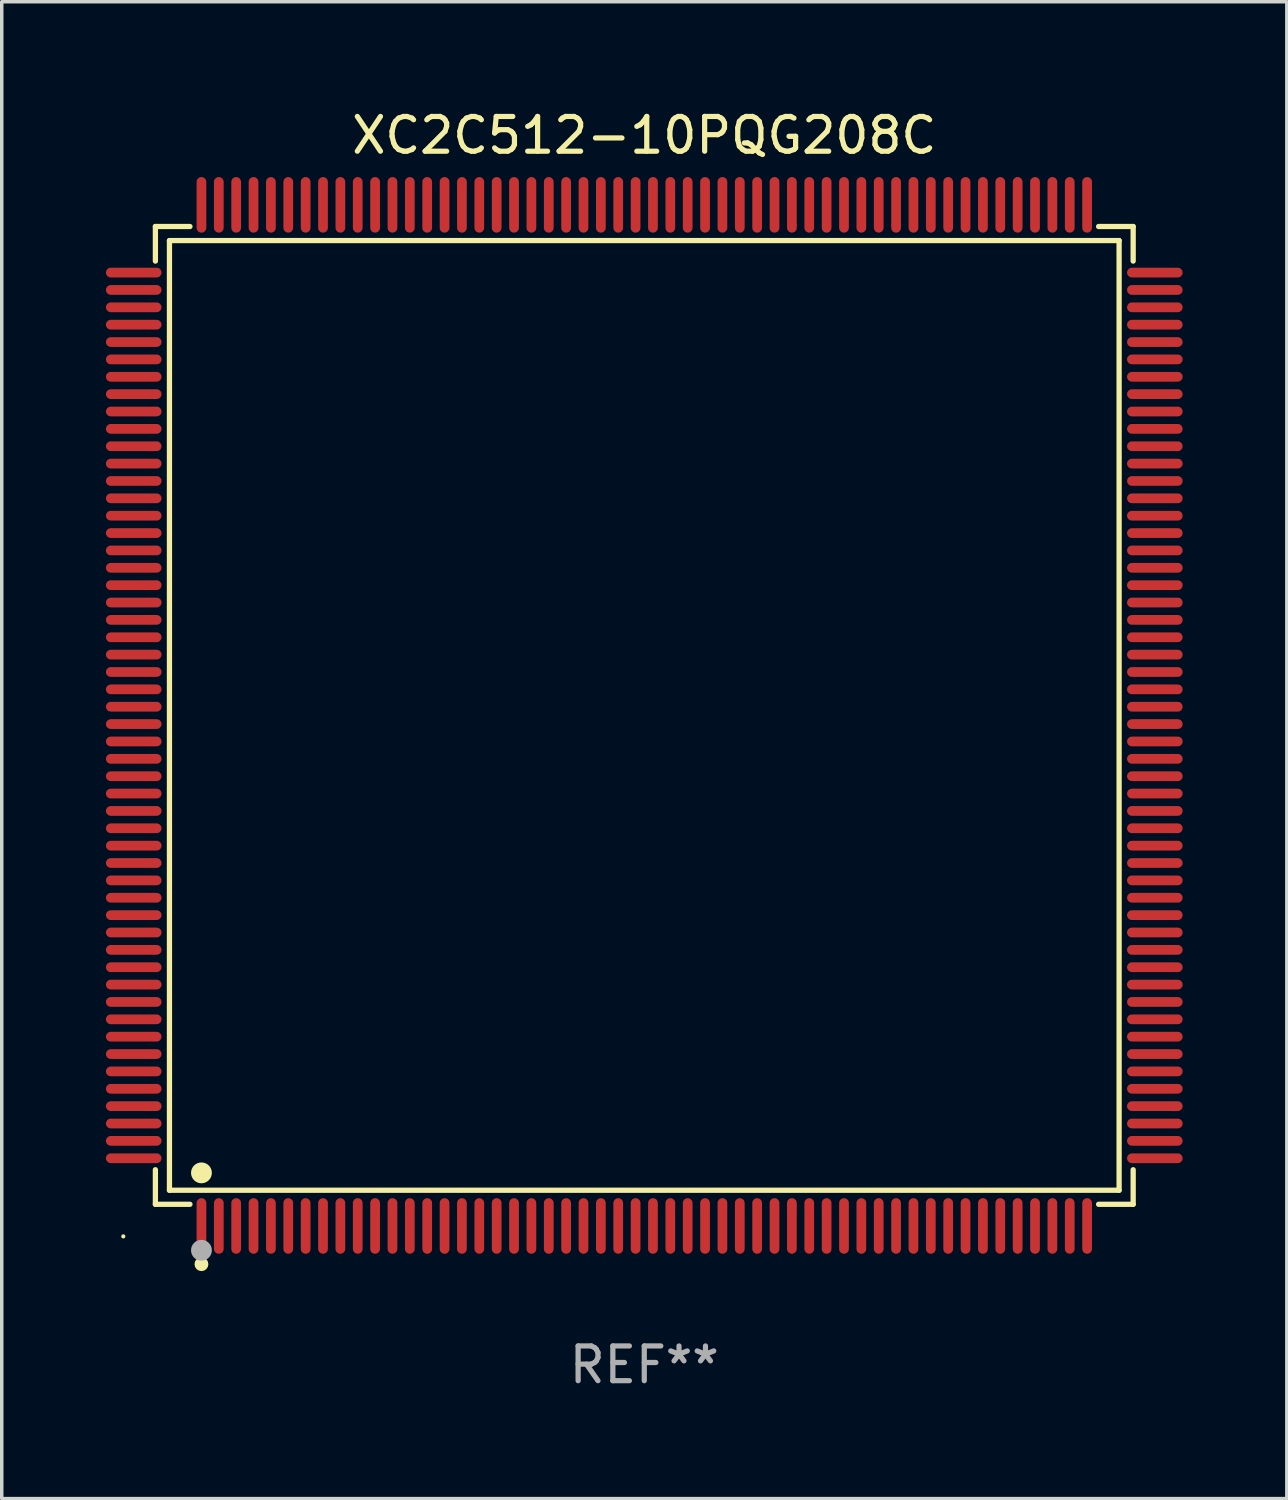
<source format=kicad_pcb>
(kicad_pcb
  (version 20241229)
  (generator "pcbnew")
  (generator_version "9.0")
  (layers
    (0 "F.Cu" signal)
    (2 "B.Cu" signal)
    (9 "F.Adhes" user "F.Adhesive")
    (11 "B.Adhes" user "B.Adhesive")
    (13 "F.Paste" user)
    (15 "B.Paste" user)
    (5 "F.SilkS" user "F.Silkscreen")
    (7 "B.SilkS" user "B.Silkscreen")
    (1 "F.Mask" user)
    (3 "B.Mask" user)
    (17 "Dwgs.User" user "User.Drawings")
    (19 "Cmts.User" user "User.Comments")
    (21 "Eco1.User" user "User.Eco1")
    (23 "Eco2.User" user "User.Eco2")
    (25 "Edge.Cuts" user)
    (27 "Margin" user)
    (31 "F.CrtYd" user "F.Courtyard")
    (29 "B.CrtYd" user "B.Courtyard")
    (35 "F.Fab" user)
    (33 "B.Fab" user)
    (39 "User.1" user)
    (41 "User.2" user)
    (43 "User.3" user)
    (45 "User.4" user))
  (footprint "XC2C512-10PQG208C"
    (layer "F.Cu")
    (at 15.5 17.548)
    (property "Reference" "XC2C512-10PQG208C" (at 0 -16.7 0) (layer "F.SilkS") (effects (font (size 1 1) (thickness 0.15))))
    (attr through_hole)
    (fp_line (start -14.076 -14.076) (end -13.081 -14.076) (stroke (width 0.152) (type solid)) (layer "F.SilkS"))
    (fp_line (start -14.076 -13.081) (end -14.076 -14.076) (stroke (width 0.152) (type solid)) (layer "F.SilkS"))
    (fp_line (start -14.076 13.081) (end -14.076 14.076) (stroke (width 0.152) (type solid)) (layer "F.SilkS"))
    (fp_line (start -14.076 14.076) (end -13.081 14.076) (stroke (width 0.152) (type solid)) (layer "F.SilkS"))
    (fp_line (start -13.671 -13.671) (end 13.671 -13.671) (stroke (width 0.152) (type solid)) (layer "F.SilkS"))
    (fp_line (start -13.671 13.671) (end -13.671 -13.671) (stroke (width 0.152) (type solid)) (layer "F.SilkS"))
    (fp_line (start 13.671 -13.671) (end 13.671 13.671) (stroke (width 0.152) (type solid)) (layer "F.SilkS"))
    (fp_line (start 13.671 13.671) (end -13.671 13.671) (stroke (width 0.152) (type solid)) (layer "F.SilkS"))
    (fp_line (start 14.076 -14.076) (end 13.081 -14.076) (stroke (width 0.152) (type solid)) (layer "F.SilkS"))
    (fp_line (start 14.076 -13.081) (end 14.076 -14.076) (stroke (width 0.152) (type solid)) (layer "F.SilkS"))
    (fp_line (start 14.076 13.081) (end 14.076 14.076) (stroke (width 0.152) (type solid)) (layer "F.SilkS"))
    (fp_line (start 14.076 14.076) (end 13.081 14.076) (stroke (width 0.152) (type solid)) (layer "F.SilkS"))
    (fp_circle (center -15 15) (end -14.97 15) (stroke (width 0.06) (type solid)) (fill no) (layer "F.SilkS"))
    (fp_circle (center -12.75 13.171) (end -12.6 13.171) (stroke (width 0.3) (type solid)) (fill no) (layer "F.SilkS"))
    (fp_circle (center -12.75 15.8) (end -12.65 15.8) (stroke (width 0.2) (type solid)) (fill no) (layer "F.SilkS"))
    (fp_circle (center -12.75 15.4) (end -12.6 15.4) (stroke (width 0.3) (type solid)) (fill no) (layer "F.Fab"))
    (fp_text user "REF**" (at 0 18.7 0) (layer "F.Fab") (effects (font (size 1 1) (thickness 0.15))))
    (pad "1" smd oval (at -12.75 14.7) (size 0.28 1.6) (layers "F.Cu" "F.Mask" "F.Paste"))
    (pad "2" smd oval (at -12.25 14.7) (size 0.28 1.6) (layers "F.Cu" "F.Mask" "F.Paste"))
    (pad "3" smd oval (at -11.75 14.7) (size 0.28 1.6) (layers "F.Cu" "F.Mask" "F.Paste"))
    (pad "4" smd oval (at -11.25 14.7) (size 0.28 1.6) (layers "F.Cu" "F.Mask" "F.Paste"))
    (pad "5" smd oval (at -10.75 14.7) (size 0.28 1.6) (layers "F.Cu" "F.Mask" "F.Paste"))
    (pad "6" smd oval (at -10.25 14.7) (size 0.28 1.6) (layers "F.Cu" "F.Mask" "F.Paste"))
    (pad "7" smd oval (at -9.75 14.7) (size 0.28 1.6) (layers "F.Cu" "F.Mask" "F.Paste"))
    (pad "8" smd oval (at -9.25 14.7) (size 0.28 1.6) (layers "F.Cu" "F.Mask" "F.Paste"))
    (pad "9" smd oval (at -8.75 14.7) (size 0.28 1.6) (layers "F.Cu" "F.Mask" "F.Paste"))
    (pad "10" smd oval (at -8.25 14.7) (size 0.28 1.6) (layers "F.Cu" "F.Mask" "F.Paste"))
    (pad "11" smd oval (at -7.75 14.7) (size 0.28 1.6) (layers "F.Cu" "F.Mask" "F.Paste"))
    (pad "12" smd oval (at -7.25 14.7) (size 0.28 1.6) (layers "F.Cu" "F.Mask" "F.Paste"))
    (pad "13" smd oval (at -6.75 14.7) (size 0.28 1.6) (layers "F.Cu" "F.Mask" "F.Paste"))
    (pad "14" smd oval (at -6.25 14.7) (size 0.28 1.6) (layers "F.Cu" "F.Mask" "F.Paste"))
    (pad "15" smd oval (at -5.75 14.7) (size 0.28 1.6) (layers "F.Cu" "F.Mask" "F.Paste"))
    (pad "16" smd oval (at -5.25 14.7) (size 0.28 1.6) (layers "F.Cu" "F.Mask" "F.Paste"))
    (pad "17" smd oval (at -4.75 14.7) (size 0.28 1.6) (layers "F.Cu" "F.Mask" "F.Paste"))
    (pad "18" smd oval (at -4.25 14.7) (size 0.28 1.6) (layers "F.Cu" "F.Mask" "F.Paste"))
    (pad "19" smd oval (at -3.75 14.7) (size 0.28 1.6) (layers "F.Cu" "F.Mask" "F.Paste"))
    (pad "20" smd oval (at -3.25 14.7) (size 0.28 1.6) (layers "F.Cu" "F.Mask" "F.Paste"))
    (pad "21" smd oval (at -2.75 14.7) (size 0.28 1.6) (layers "F.Cu" "F.Mask" "F.Paste"))
    (pad "22" smd oval (at -2.25 14.7) (size 0.28 1.6) (layers "F.Cu" "F.Mask" "F.Paste"))
    (pad "23" smd oval (at -1.75 14.7) (size 0.28 1.6) (layers "F.Cu" "F.Mask" "F.Paste"))
    (pad "24" smd oval (at -1.25 14.7) (size 0.28 1.6) (layers "F.Cu" "F.Mask" "F.Paste"))
    (pad "25" smd oval (at -0.75 14.7) (size 0.28 1.6) (layers "F.Cu" "F.Mask" "F.Paste"))
    (pad "26" smd oval (at -0.25 14.7) (size 0.28 1.6) (layers "F.Cu" "F.Mask" "F.Paste"))
    (pad "27" smd oval (at 0.25 14.7) (size 0.28 1.6) (layers "F.Cu" "F.Mask" "F.Paste"))
    (pad "28" smd oval (at 0.75 14.7) (size 0.28 1.6) (layers "F.Cu" "F.Mask" "F.Paste"))
    (pad "29" smd oval (at 1.25 14.7) (size 0.28 1.6) (layers "F.Cu" "F.Mask" "F.Paste"))
    (pad "30" smd oval (at 1.75 14.7) (size 0.28 1.6) (layers "F.Cu" "F.Mask" "F.Paste"))
    (pad "31" smd oval (at 2.25 14.7) (size 0.28 1.6) (layers "F.Cu" "F.Mask" "F.Paste"))
    (pad "32" smd oval (at 2.75 14.7) (size 0.28 1.6) (layers "F.Cu" "F.Mask" "F.Paste"))
    (pad "33" smd oval (at 3.25 14.7) (size 0.28 1.6) (layers "F.Cu" "F.Mask" "F.Paste"))
    (pad "34" smd oval (at 3.75 14.7) (size 0.28 1.6) (layers "F.Cu" "F.Mask" "F.Paste"))
    (pad "35" smd oval (at 4.25 14.7) (size 0.28 1.6) (layers "F.Cu" "F.Mask" "F.Paste"))
    (pad "36" smd oval (at 4.75 14.7) (size 0.28 1.6) (layers "F.Cu" "F.Mask" "F.Paste"))
    (pad "37" smd oval (at 5.25 14.7) (size 0.28 1.6) (layers "F.Cu" "F.Mask" "F.Paste"))
    (pad "38" smd oval (at 5.75 14.7) (size 0.28 1.6) (layers "F.Cu" "F.Mask" "F.Paste"))
    (pad "39" smd oval (at 6.25 14.7) (size 0.28 1.6) (layers "F.Cu" "F.Mask" "F.Paste"))
    (pad "40" smd oval (at 6.75 14.7) (size 0.28 1.6) (layers "F.Cu" "F.Mask" "F.Paste"))
    (pad "41" smd oval (at 7.25 14.7) (size 0.28 1.6) (layers "F.Cu" "F.Mask" "F.Paste"))
    (pad "42" smd oval (at 7.75 14.7) (size 0.28 1.6) (layers "F.Cu" "F.Mask" "F.Paste"))
    (pad "43" smd oval (at 8.25 14.7) (size 0.28 1.6) (layers "F.Cu" "F.Mask" "F.Paste"))
    (pad "44" smd oval (at 8.75 14.7) (size 0.28 1.6) (layers "F.Cu" "F.Mask" "F.Paste"))
    (pad "45" smd oval (at 9.25 14.7) (size 0.28 1.6) (layers "F.Cu" "F.Mask" "F.Paste"))
    (pad "46" smd oval (at 9.75 14.7) (size 0.28 1.6) (layers "F.Cu" "F.Mask" "F.Paste"))
    (pad "47" smd oval (at 10.25 14.7) (size 0.28 1.6) (layers "F.Cu" "F.Mask" "F.Paste"))
    (pad "48" smd oval (at 10.75 14.7) (size 0.28 1.6) (layers "F.Cu" "F.Mask" "F.Paste"))
    (pad "49" smd oval (at 11.25 14.7) (size 0.28 1.6) (layers "F.Cu" "F.Mask" "F.Paste"))
    (pad "50" smd oval (at 11.75 14.7) (size 0.28 1.6) (layers "F.Cu" "F.Mask" "F.Paste"))
    (pad "51" smd oval (at 12.25 14.7) (size 0.28 1.6) (layers "F.Cu" "F.Mask" "F.Paste"))
    (pad "52" smd oval (at 12.75 14.7) (size 0.28 1.6) (layers "F.Cu" "F.Mask" "F.Paste"))
    (pad "53" smd oval (at 14.7 12.75) (size 1.6 0.28) (layers "F.Cu" "F.Mask" "F.Paste"))
    (pad "54" smd oval (at 14.7 12.25) (size 1.6 0.28) (layers "F.Cu" "F.Mask" "F.Paste"))
    (pad "55" smd oval (at 14.7 11.75) (size 1.6 0.28) (layers "F.Cu" "F.Mask" "F.Paste"))
    (pad "56" smd oval (at 14.7 11.25) (size 1.6 0.28) (layers "F.Cu" "F.Mask" "F.Paste"))
    (pad "57" smd oval (at 14.7 10.75) (size 1.6 0.28) (layers "F.Cu" "F.Mask" "F.Paste"))
    (pad "58" smd oval (at 14.7 10.25) (size 1.6 0.28) (layers "F.Cu" "F.Mask" "F.Paste"))
    (pad "59" smd oval (at 14.7 9.75) (size 1.6 0.28) (layers "F.Cu" "F.Mask" "F.Paste"))
    (pad "60" smd oval (at 14.7 9.25) (size 1.6 0.28) (layers "F.Cu" "F.Mask" "F.Paste"))
    (pad "61" smd oval (at 14.7 8.75) (size 1.6 0.28) (layers "F.Cu" "F.Mask" "F.Paste"))
    (pad "62" smd oval (at 14.7 8.25) (size 1.6 0.28) (layers "F.Cu" "F.Mask" "F.Paste"))
    (pad "63" smd oval (at 14.7 7.75) (size 1.6 0.28) (layers "F.Cu" "F.Mask" "F.Paste"))
    (pad "64" smd oval (at 14.7 7.25) (size 1.6 0.28) (layers "F.Cu" "F.Mask" "F.Paste"))
    (pad "65" smd oval (at 14.7 6.75) (size 1.6 0.28) (layers "F.Cu" "F.Mask" "F.Paste"))
    (pad "66" smd oval (at 14.7 6.25) (size 1.6 0.28) (layers "F.Cu" "F.Mask" "F.Paste"))
    (pad "67" smd oval (at 14.7 5.75) (size 1.6 0.28) (layers "F.Cu" "F.Mask" "F.Paste"))
    (pad "68" smd oval (at 14.7 5.25) (size 1.6 0.28) (layers "F.Cu" "F.Mask" "F.Paste"))
    (pad "69" smd oval (at 14.7 4.75) (size 1.6 0.28) (layers "F.Cu" "F.Mask" "F.Paste"))
    (pad "70" smd oval (at 14.7 4.25) (size 1.6 0.28) (layers "F.Cu" "F.Mask" "F.Paste"))
    (pad "71" smd oval (at 14.7 3.75) (size 1.6 0.28) (layers "F.Cu" "F.Mask" "F.Paste"))
    (pad "72" smd oval (at 14.7 3.25) (size 1.6 0.28) (layers "F.Cu" "F.Mask" "F.Paste"))
    (pad "73" smd oval (at 14.7 2.75) (size 1.6 0.28) (layers "F.Cu" "F.Mask" "F.Paste"))
    (pad "74" smd oval (at 14.7 2.25) (size 1.6 0.28) (layers "F.Cu" "F.Mask" "F.Paste"))
    (pad "75" smd oval (at 14.7 1.75) (size 1.6 0.28) (layers "F.Cu" "F.Mask" "F.Paste"))
    (pad "76" smd oval (at 14.7 1.25) (size 1.6 0.28) (layers "F.Cu" "F.Mask" "F.Paste"))
    (pad "77" smd oval (at 14.7 0.75) (size 1.6 0.28) (layers "F.Cu" "F.Mask" "F.Paste"))
    (pad "78" smd oval (at 14.7 0.25) (size 1.6 0.28) (layers "F.Cu" "F.Mask" "F.Paste"))
    (pad "79" smd oval (at 14.7 -0.25) (size 1.6 0.28) (layers "F.Cu" "F.Mask" "F.Paste"))
    (pad "80" smd oval (at 14.7 -0.75) (size 1.6 0.28) (layers "F.Cu" "F.Mask" "F.Paste"))
    (pad "81" smd oval (at 14.7 -1.25) (size 1.6 0.28) (layers "F.Cu" "F.Mask" "F.Paste"))
    (pad "82" smd oval (at 14.7 -1.75) (size 1.6 0.28) (layers "F.Cu" "F.Mask" "F.Paste"))
    (pad "83" smd oval (at 14.7 -2.25) (size 1.6 0.28) (layers "F.Cu" "F.Mask" "F.Paste"))
    (pad "84" smd oval (at 14.7 -2.75) (size 1.6 0.28) (layers "F.Cu" "F.Mask" "F.Paste"))
    (pad "85" smd oval (at 14.7 -3.25) (size 1.6 0.28) (layers "F.Cu" "F.Mask" "F.Paste"))
    (pad "86" smd oval (at 14.7 -3.75) (size 1.6 0.28) (layers "F.Cu" "F.Mask" "F.Paste"))
    (pad "87" smd oval (at 14.7 -4.25) (size 1.6 0.28) (layers "F.Cu" "F.Mask" "F.Paste"))
    (pad "88" smd oval (at 14.7 -4.75) (size 1.6 0.28) (layers "F.Cu" "F.Mask" "F.Paste"))
    (pad "89" smd oval (at 14.7 -5.25) (size 1.6 0.28) (layers "F.Cu" "F.Mask" "F.Paste"))
    (pad "90" smd oval (at 14.7 -5.75) (size 1.6 0.28) (layers "F.Cu" "F.Mask" "F.Paste"))
    (pad "91" smd oval (at 14.7 -6.25) (size 1.6 0.28) (layers "F.Cu" "F.Mask" "F.Paste"))
    (pad "92" smd oval (at 14.7 -6.75) (size 1.6 0.28) (layers "F.Cu" "F.Mask" "F.Paste"))
    (pad "93" smd oval (at 14.7 -7.25) (size 1.6 0.28) (layers "F.Cu" "F.Mask" "F.Paste"))
    (pad "94" smd oval (at 14.7 -7.75) (size 1.6 0.28) (layers "F.Cu" "F.Mask" "F.Paste"))
    (pad "95" smd oval (at 14.7 -8.25) (size 1.6 0.28) (layers "F.Cu" "F.Mask" "F.Paste"))
    (pad "96" smd oval (at 14.7 -8.75) (size 1.6 0.28) (layers "F.Cu" "F.Mask" "F.Paste"))
    (pad "97" smd oval (at 14.7 -9.25) (size 1.6 0.28) (layers "F.Cu" "F.Mask" "F.Paste"))
    (pad "98" smd oval (at 14.7 -9.75) (size 1.6 0.28) (layers "F.Cu" "F.Mask" "F.Paste"))
    (pad "99" smd oval (at 14.7 -10.25) (size 1.6 0.28) (layers "F.Cu" "F.Mask" "F.Paste"))
    (pad "100" smd oval (at 14.7 -10.75) (size 1.6 0.28) (layers "F.Cu" "F.Mask" "F.Paste"))
    (pad "101" smd oval (at 14.7 -11.25) (size 1.6 0.28) (layers "F.Cu" "F.Mask" "F.Paste"))
    (pad "102" smd oval (at 14.7 -11.75) (size 1.6 0.28) (layers "F.Cu" "F.Mask" "F.Paste"))
    (pad "103" smd oval (at 14.7 -12.25) (size 1.6 0.28) (layers "F.Cu" "F.Mask" "F.Paste"))
    (pad "104" smd oval (at 14.7 -12.75) (size 1.6 0.28) (layers "F.Cu" "F.Mask" "F.Paste"))
    (pad "105" smd oval (at 12.75 -14.7) (size 0.28 1.6) (layers "F.Cu" "F.Mask" "F.Paste"))
    (pad "106" smd oval (at 12.25 -14.7) (size 0.28 1.6) (layers "F.Cu" "F.Mask" "F.Paste"))
    (pad "107" smd oval (at 11.75 -14.7) (size 0.28 1.6) (layers "F.Cu" "F.Mask" "F.Paste"))
    (pad "108" smd oval (at 11.25 -14.7) (size 0.28 1.6) (layers "F.Cu" "F.Mask" "F.Paste"))
    (pad "109" smd oval (at 10.75 -14.7) (size 0.28 1.6) (layers "F.Cu" "F.Mask" "F.Paste"))
    (pad "110" smd oval (at 10.25 -14.7) (size 0.28 1.6) (layers "F.Cu" "F.Mask" "F.Paste"))
    (pad "111" smd oval (at 9.75 -14.7) (size 0.28 1.6) (layers "F.Cu" "F.Mask" "F.Paste"))
    (pad "112" smd oval (at 9.25 -14.7) (size 0.28 1.6) (layers "F.Cu" "F.Mask" "F.Paste"))
    (pad "113" smd oval (at 8.75 -14.7) (size 0.28 1.6) (layers "F.Cu" "F.Mask" "F.Paste"))
    (pad "114" smd oval (at 8.25 -14.7) (size 0.28 1.6) (layers "F.Cu" "F.Mask" "F.Paste"))
    (pad "115" smd oval (at 7.75 -14.7) (size 0.28 1.6) (layers "F.Cu" "F.Mask" "F.Paste"))
    (pad "116" smd oval (at 7.25 -14.7) (size 0.28 1.6) (layers "F.Cu" "F.Mask" "F.Paste"))
    (pad "117" smd oval (at 6.75 -14.7) (size 0.28 1.6) (layers "F.Cu" "F.Mask" "F.Paste"))
    (pad "118" smd oval (at 6.25 -14.7) (size 0.28 1.6) (layers "F.Cu" "F.Mask" "F.Paste"))
    (pad "119" smd oval (at 5.75 -14.7) (size 0.28 1.6) (layers "F.Cu" "F.Mask" "F.Paste"))
    (pad "120" smd oval (at 5.25 -14.7) (size 0.28 1.6) (layers "F.Cu" "F.Mask" "F.Paste"))
    (pad "121" smd oval (at 4.75 -14.7) (size 0.28 1.6) (layers "F.Cu" "F.Mask" "F.Paste"))
    (pad "122" smd oval (at 4.25 -14.7) (size 0.28 1.6) (layers "F.Cu" "F.Mask" "F.Paste"))
    (pad "123" smd oval (at 3.75 -14.7) (size 0.28 1.6) (layers "F.Cu" "F.Mask" "F.Paste"))
    (pad "124" smd oval (at 3.25 -14.7) (size 0.28 1.6) (layers "F.Cu" "F.Mask" "F.Paste"))
    (pad "125" smd oval (at 2.75 -14.7) (size 0.28 1.6) (layers "F.Cu" "F.Mask" "F.Paste"))
    (pad "126" smd oval (at 2.25 -14.7) (size 0.28 1.6) (layers "F.Cu" "F.Mask" "F.Paste"))
    (pad "127" smd oval (at 1.75 -14.7) (size 0.28 1.6) (layers "F.Cu" "F.Mask" "F.Paste"))
    (pad "128" smd oval (at 1.25 -14.7) (size 0.28 1.6) (layers "F.Cu" "F.Mask" "F.Paste"))
    (pad "129" smd oval (at 0.75 -14.7) (size 0.28 1.6) (layers "F.Cu" "F.Mask" "F.Paste"))
    (pad "130" smd oval (at 0.25 -14.7) (size 0.28 1.6) (layers "F.Cu" "F.Mask" "F.Paste"))
    (pad "131" smd oval (at -0.25 -14.7) (size 0.28 1.6) (layers "F.Cu" "F.Mask" "F.Paste"))
    (pad "132" smd oval (at -0.75 -14.7) (size 0.28 1.6) (layers "F.Cu" "F.Mask" "F.Paste"))
    (pad "133" smd oval (at -1.25 -14.7) (size 0.28 1.6) (layers "F.Cu" "F.Mask" "F.Paste"))
    (pad "134" smd oval (at -1.75 -14.7) (size 0.28 1.6) (layers "F.Cu" "F.Mask" "F.Paste"))
    (pad "135" smd oval (at -2.25 -14.7) (size 0.28 1.6) (layers "F.Cu" "F.Mask" "F.Paste"))
    (pad "136" smd oval (at -2.75 -14.7) (size 0.28 1.6) (layers "F.Cu" "F.Mask" "F.Paste"))
    (pad "137" smd oval (at -3.25 -14.7) (size 0.28 1.6) (layers "F.Cu" "F.Mask" "F.Paste"))
    (pad "138" smd oval (at -3.75 -14.7) (size 0.28 1.6) (layers "F.Cu" "F.Mask" "F.Paste"))
    (pad "139" smd oval (at -4.25 -14.7) (size 0.28 1.6) (layers "F.Cu" "F.Mask" "F.Paste"))
    (pad "140" smd oval (at -4.75 -14.7) (size 0.28 1.6) (layers "F.Cu" "F.Mask" "F.Paste"))
    (pad "141" smd oval (at -5.25 -14.7) (size 0.28 1.6) (layers "F.Cu" "F.Mask" "F.Paste"))
    (pad "142" smd oval (at -5.75 -14.7) (size 0.28 1.6) (layers "F.Cu" "F.Mask" "F.Paste"))
    (pad "143" smd oval (at -6.25 -14.7) (size 0.28 1.6) (layers "F.Cu" "F.Mask" "F.Paste"))
    (pad "144" smd oval (at -6.75 -14.7) (size 0.28 1.6) (layers "F.Cu" "F.Mask" "F.Paste"))
    (pad "145" smd oval (at -7.25 -14.7) (size 0.28 1.6) (layers "F.Cu" "F.Mask" "F.Paste"))
    (pad "146" smd oval (at -7.75 -14.7) (size 0.28 1.6) (layers "F.Cu" "F.Mask" "F.Paste"))
    (pad "147" smd oval (at -8.25 -14.7) (size 0.28 1.6) (layers "F.Cu" "F.Mask" "F.Paste"))
    (pad "148" smd oval (at -8.75 -14.7) (size 0.28 1.6) (layers "F.Cu" "F.Mask" "F.Paste"))
    (pad "149" smd oval (at -9.25 -14.7) (size 0.28 1.6) (layers "F.Cu" "F.Mask" "F.Paste"))
    (pad "150" smd oval (at -9.75 -14.7) (size 0.28 1.6) (layers "F.Cu" "F.Mask" "F.Paste"))
    (pad "151" smd oval (at -10.25 -14.7) (size 0.28 1.6) (layers "F.Cu" "F.Mask" "F.Paste"))
    (pad "152" smd oval (at -10.75 -14.7) (size 0.28 1.6) (layers "F.Cu" "F.Mask" "F.Paste"))
    (pad "153" smd oval (at -11.25 -14.7) (size 0.28 1.6) (layers "F.Cu" "F.Mask" "F.Paste"))
    (pad "154" smd oval (at -11.75 -14.7) (size 0.28 1.6) (layers "F.Cu" "F.Mask" "F.Paste"))
    (pad "155" smd oval (at -12.25 -14.7) (size 0.28 1.6) (layers "F.Cu" "F.Mask" "F.Paste"))
    (pad "156" smd oval (at -12.75 -14.7) (size 0.28 1.6) (layers "F.Cu" "F.Mask" "F.Paste"))
    (pad "157" smd oval (at -14.7 -12.75) (size 1.6 0.28) (layers "F.Cu" "F.Mask" "F.Paste"))
    (pad "158" smd oval (at -14.7 -12.25) (size 1.6 0.28) (layers "F.Cu" "F.Mask" "F.Paste"))
    (pad "159" smd oval (at -14.7 -11.75) (size 1.6 0.28) (layers "F.Cu" "F.Mask" "F.Paste"))
    (pad "160" smd oval (at -14.7 -11.25) (size 1.6 0.28) (layers "F.Cu" "F.Mask" "F.Paste"))
    (pad "161" smd oval (at -14.7 -10.75) (size 1.6 0.28) (layers "F.Cu" "F.Mask" "F.Paste"))
    (pad "162" smd oval (at -14.7 -10.25) (size 1.6 0.28) (layers "F.Cu" "F.Mask" "F.Paste"))
    (pad "163" smd oval (at -14.7 -9.75) (size 1.6 0.28) (layers "F.Cu" "F.Mask" "F.Paste"))
    (pad "164" smd oval (at -14.7 -9.25) (size 1.6 0.28) (layers "F.Cu" "F.Mask" "F.Paste"))
    (pad "165" smd oval (at -14.7 -8.75) (size 1.6 0.28) (layers "F.Cu" "F.Mask" "F.Paste"))
    (pad "166" smd oval (at -14.7 -8.25) (size 1.6 0.28) (layers "F.Cu" "F.Mask" "F.Paste"))
    (pad "167" smd oval (at -14.7 -7.75) (size 1.6 0.28) (layers "F.Cu" "F.Mask" "F.Paste"))
    (pad "168" smd oval (at -14.7 -7.25) (size 1.6 0.28) (layers "F.Cu" "F.Mask" "F.Paste"))
    (pad "169" smd oval (at -14.7 -6.75) (size 1.6 0.28) (layers "F.Cu" "F.Mask" "F.Paste"))
    (pad "170" smd oval (at -14.7 -6.25) (size 1.6 0.28) (layers "F.Cu" "F.Mask" "F.Paste"))
    (pad "171" smd oval (at -14.7 -5.75) (size 1.6 0.28) (layers "F.Cu" "F.Mask" "F.Paste"))
    (pad "172" smd oval (at -14.7 -5.25) (size 1.6 0.28) (layers "F.Cu" "F.Mask" "F.Paste"))
    (pad "173" smd oval (at -14.7 -4.75) (size 1.6 0.28) (layers "F.Cu" "F.Mask" "F.Paste"))
    (pad "174" smd oval (at -14.7 -4.25) (size 1.6 0.28) (layers "F.Cu" "F.Mask" "F.Paste"))
    (pad "175" smd oval (at -14.7 -3.75) (size 1.6 0.28) (layers "F.Cu" "F.Mask" "F.Paste"))
    (pad "176" smd oval (at -14.7 -3.25) (size 1.6 0.28) (layers "F.Cu" "F.Mask" "F.Paste"))
    (pad "177" smd oval (at -14.7 -2.75) (size 1.6 0.28) (layers "F.Cu" "F.Mask" "F.Paste"))
    (pad "178" smd oval (at -14.7 -2.25) (size 1.6 0.28) (layers "F.Cu" "F.Mask" "F.Paste"))
    (pad "179" smd oval (at -14.7 -1.75) (size 1.6 0.28) (layers "F.Cu" "F.Mask" "F.Paste"))
    (pad "180" smd oval (at -14.7 -1.25) (size 1.6 0.28) (layers "F.Cu" "F.Mask" "F.Paste"))
    (pad "181" smd oval (at -14.7 -0.75) (size 1.6 0.28) (layers "F.Cu" "F.Mask" "F.Paste"))
    (pad "182" smd oval (at -14.7 -0.25) (size 1.6 0.28) (layers "F.Cu" "F.Mask" "F.Paste"))
    (pad "183" smd oval (at -14.7 0.25) (size 1.6 0.28) (layers "F.Cu" "F.Mask" "F.Paste"))
    (pad "184" smd oval (at -14.7 0.75) (size 1.6 0.28) (layers "F.Cu" "F.Mask" "F.Paste"))
    (pad "185" smd oval (at -14.7 1.25) (size 1.6 0.28) (layers "F.Cu" "F.Mask" "F.Paste"))
    (pad "186" smd oval (at -14.7 1.75) (size 1.6 0.28) (layers "F.Cu" "F.Mask" "F.Paste"))
    (pad "187" smd oval (at -14.7 2.25) (size 1.6 0.28) (layers "F.Cu" "F.Mask" "F.Paste"))
    (pad "188" smd oval (at -14.7 2.75) (size 1.6 0.28) (layers "F.Cu" "F.Mask" "F.Paste"))
    (pad "189" smd oval (at -14.7 3.25) (size 1.6 0.28) (layers "F.Cu" "F.Mask" "F.Paste"))
    (pad "190" smd oval (at -14.7 3.75) (size 1.6 0.28) (layers "F.Cu" "F.Mask" "F.Paste"))
    (pad "191" smd oval (at -14.7 4.25) (size 1.6 0.28) (layers "F.Cu" "F.Mask" "F.Paste"))
    (pad "192" smd oval (at -14.7 4.75) (size 1.6 0.28) (layers "F.Cu" "F.Mask" "F.Paste"))
    (pad "193" smd oval (at -14.7 5.25) (size 1.6 0.28) (layers "F.Cu" "F.Mask" "F.Paste"))
    (pad "194" smd oval (at -14.7 5.75) (size 1.6 0.28) (layers "F.Cu" "F.Mask" "F.Paste"))
    (pad "195" smd oval (at -14.7 6.25) (size 1.6 0.28) (layers "F.Cu" "F.Mask" "F.Paste"))
    (pad "196" smd oval (at -14.7 6.75) (size 1.6 0.28) (layers "F.Cu" "F.Mask" "F.Paste"))
    (pad "197" smd oval (at -14.7 7.25) (size 1.6 0.28) (layers "F.Cu" "F.Mask" "F.Paste"))
    (pad "198" smd oval (at -14.7 7.75) (size 1.6 0.28) (layers "F.Cu" "F.Mask" "F.Paste"))
    (pad "199" smd oval (at -14.7 8.25) (size 1.6 0.28) (layers "F.Cu" "F.Mask" "F.Paste"))
    (pad "200" smd oval (at -14.7 8.75) (size 1.6 0.28) (layers "F.Cu" "F.Mask" "F.Paste"))
    (pad "201" smd oval (at -14.7 9.25) (size 1.6 0.28) (layers "F.Cu" "F.Mask" "F.Paste"))
    (pad "202" smd oval (at -14.7 9.75) (size 1.6 0.28) (layers "F.Cu" "F.Mask" "F.Paste"))
    (pad "203" smd oval (at -14.7 10.25) (size 1.6 0.28) (layers "F.Cu" "F.Mask" "F.Paste"))
    (pad "204" smd oval (at -14.7 10.75) (size 1.6 0.28) (layers "F.Cu" "F.Mask" "F.Paste"))
    (pad "205" smd oval (at -14.7 11.25) (size 1.6 0.28) (layers "F.Cu" "F.Mask" "F.Paste"))
    (pad "206" smd oval (at -14.7 11.75) (size 1.6 0.28) (layers "F.Cu" "F.Mask" "F.Paste"))
    (pad "207" smd oval (at -14.7 12.25) (size 1.6 0.28) (layers "F.Cu" "F.Mask" "F.Paste"))
    (pad "208" smd oval (at -14.7 12.75) (size 1.6 0.28) (layers "F.Cu" "F.Mask" "F.Paste")))
  (gr_rect
    (start -3 -3)
    (end 34 40.097)
    (stroke (width 0.1) (type default))
    (fill no)
    (layer "Edge.Cuts")))
</source>
